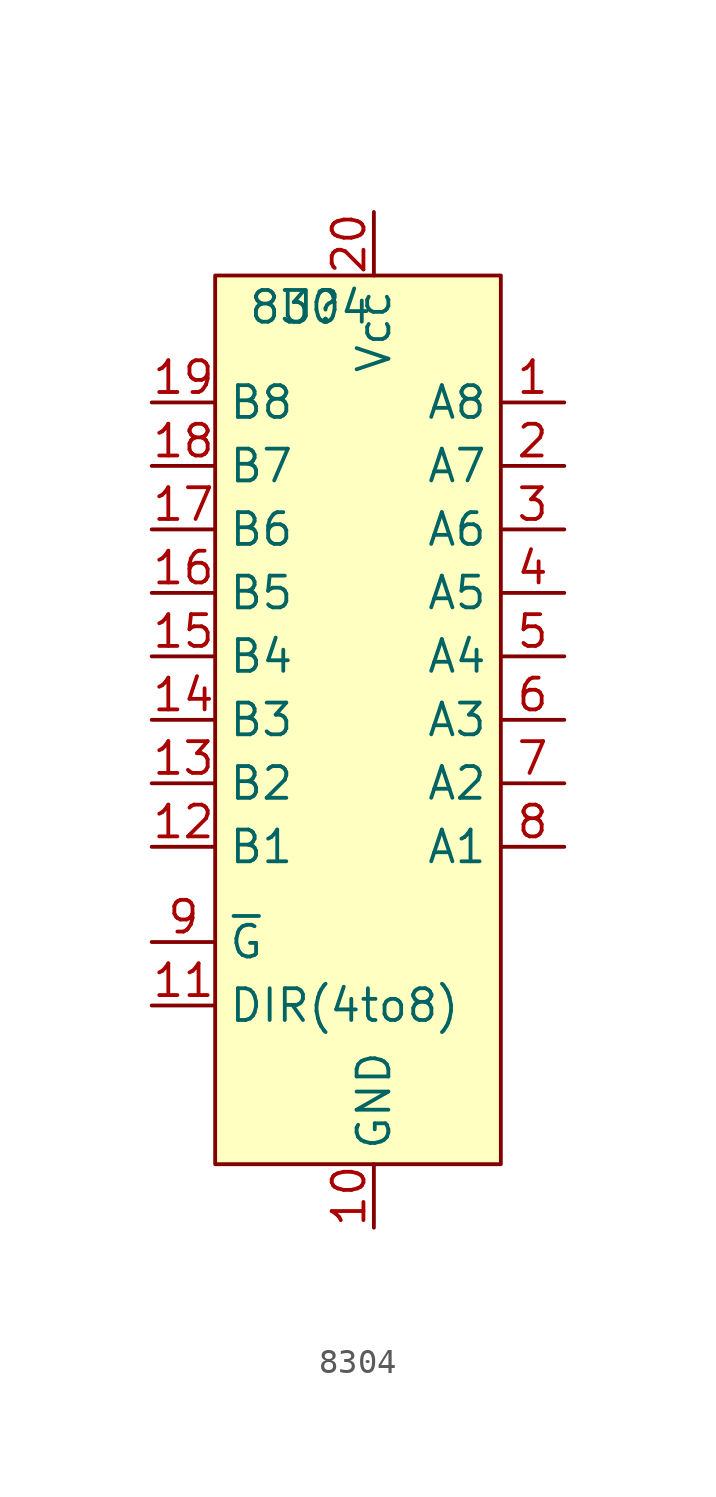
<source format=kicad_sym>
(kicad_symbol_lib
  (version 20241209)
  (generator "kicad_symbol_editor")
  (generator_version "9.0")
  (symbol "8304"
    (property "Reference" "U"
      (at 0 0 0)
      (effects (font (size 1.27 1.27))))
    (property "Value" "8304"
      (at 0 0 0)
      (effects (font (size 1.27 1.27))))
    (symbol "8304_1_1"
      (rectangle (start -3.81 1.27) (end 7.62 -34.29) (stroke (width 0) (type solid)) (fill (type background)))
      (pin input line (at -6.35 -3.81 0) (length 2.54) (name "B8" (effects (font (size 1.27 1.27)))) (number "19" (effects (font (size 1.27 1.27)))))
      (pin input line (at -6.35 -6.35 0) (length 2.54) (name "B7" (effects (font (size 1.27 1.27)))) (number "18" (effects (font (size 1.27 1.27)))))
      (pin input line (at -6.35 -8.89 0) (length 2.54) (name "B6" (effects (font (size 1.27 1.27)))) (number "17" (effects (font (size 1.27 1.27)))))
      (pin input line (at -6.35 -11.43 0) (length 2.54) (name "B5" (effects (font (size 1.27 1.27)))) (number "16" (effects (font (size 1.27 1.27)))))
      (pin input line (at -6.35 -13.97 0) (length 2.54) (name "B4" (effects (font (size 1.27 1.27)))) (number "15" (effects (font (size 1.27 1.27)))))
      (pin input line (at -6.35 -16.51 0) (length 2.54) (name "B3" (effects (font (size 1.27 1.27)))) (number "14" (effects (font (size 1.27 1.27)))))
      (pin input line (at -6.35 -19.05 0) (length 2.54) (name "B2" (effects (font (size 1.27 1.27)))) (number "13" (effects (font (size 1.27 1.27)))))
      (pin input line (at -6.35 -21.59 0) (length 2.54) (name "B1" (effects (font (size 1.27 1.27)))) (number "12" (effects (font (size 1.27 1.27)))))
      (pin input line (at -6.35 -25.4 0) (length 2.54) (name "~{G}" (effects (font (size 1.27 1.27)))) (number "9" (effects (font (size 1.27 1.27)))))
      (pin input line (at -6.35 -27.94 0) (length 2.54) (name "DIR(4to8)" (effects (font (size 1.27 1.27)))) (number "11" (effects (font (size 1.27 1.27)))))
      (pin power_in line (at 2.54 3.81 270) (length 2.54) (name "Vcc" (effects (font (size 1.27 1.27)))) (number "20" (effects (font (size 1.27 1.27)))))
      (pin power_in line (at 2.54 -36.83 90) (length 2.54) (name "GND" (effects (font (size 1.27 1.27)))) (number "10" (effects (font (size 1.27 1.27)))))
      (pin output line (at 10.16 -3.81 180) (length 2.54) (name "A8" (effects (font (size 1.27 1.27)))) (number "1" (effects (font (size 1.27 1.27)))))
      (pin output line (at 10.16 -6.35 180) (length 2.54) (name "A7" (effects (font (size 1.27 1.27)))) (number "2" (effects (font (size 1.27 1.27)))))
      (pin output line (at 10.16 -8.89 180) (length 2.54) (name "A6" (effects (font (size 1.27 1.27)))) (number "3" (effects (font (size 1.27 1.27)))))
      (pin output line (at 10.16 -11.43 180) (length 2.54) (name "A5" (effects (font (size 1.27 1.27)))) (number "4" (effects (font (size 1.27 1.27)))))
      (pin output line (at 10.16 -13.97 180) (length 2.54) (name "A4" (effects (font (size 1.27 1.27)))) (number "5" (effects (font (size 1.27 1.27)))))
      (pin output line (at 10.16 -16.51 180) (length 2.54) (name "A3" (effects (font (size 1.27 1.27)))) (number "6" (effects (font (size 1.27 1.27)))))
      (pin output line (at 10.16 -19.05 180) (length 2.54) (name "A2" (effects (font (size 1.27 1.27)))) (number "7" (effects (font (size 1.27 1.27)))))
      (pin output line (at 10.16 -21.59 180) (length 2.54) (name "A1" (effects (font (size 1.27 1.27)))) (number "8" (effects (font (size 1.27 1.27))))))))
</source>
